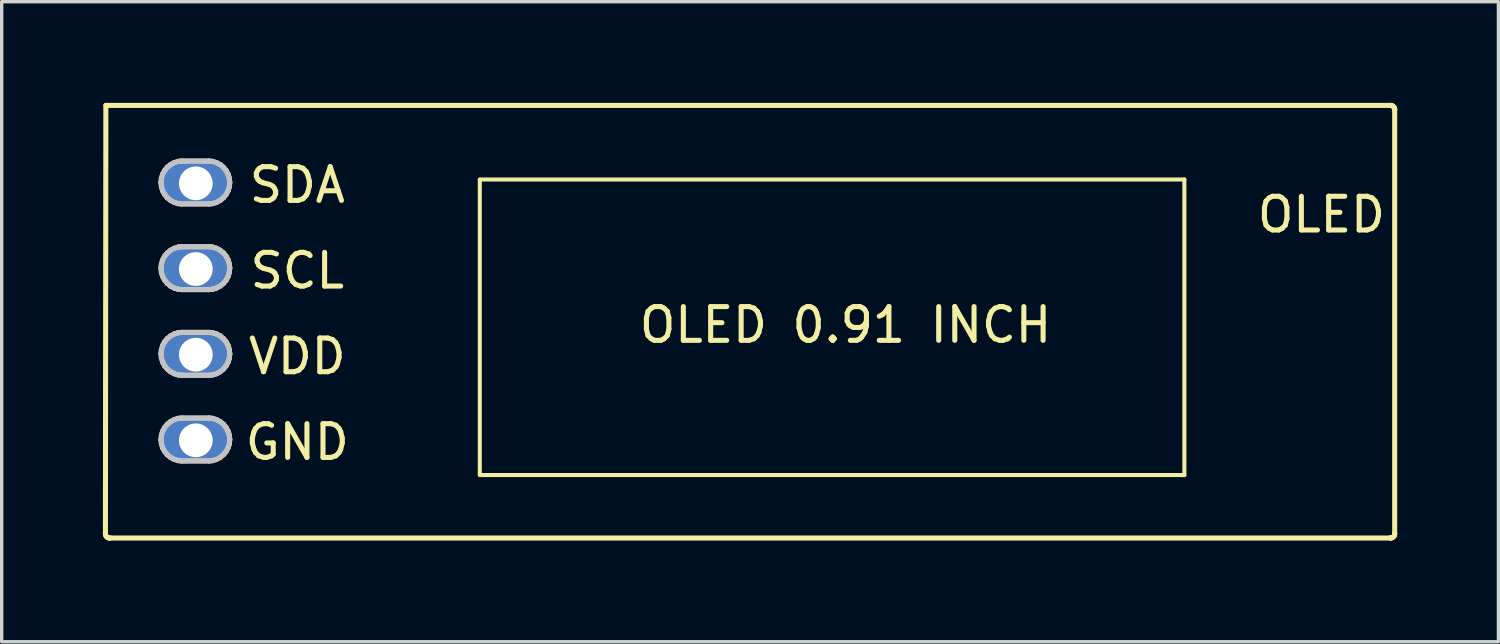
<source format=kicad_pcb>
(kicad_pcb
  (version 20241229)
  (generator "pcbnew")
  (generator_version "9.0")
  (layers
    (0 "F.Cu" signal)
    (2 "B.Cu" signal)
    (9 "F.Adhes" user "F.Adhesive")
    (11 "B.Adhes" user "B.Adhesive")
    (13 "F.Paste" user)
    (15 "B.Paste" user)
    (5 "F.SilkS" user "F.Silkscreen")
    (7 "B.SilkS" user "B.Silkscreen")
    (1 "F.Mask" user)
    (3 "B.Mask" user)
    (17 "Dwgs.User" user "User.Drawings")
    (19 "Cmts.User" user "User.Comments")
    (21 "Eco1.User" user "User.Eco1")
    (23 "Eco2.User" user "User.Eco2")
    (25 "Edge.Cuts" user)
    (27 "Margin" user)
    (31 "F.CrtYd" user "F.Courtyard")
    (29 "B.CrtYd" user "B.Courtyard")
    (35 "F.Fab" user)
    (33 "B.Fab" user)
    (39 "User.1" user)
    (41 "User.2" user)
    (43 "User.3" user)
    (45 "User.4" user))
  (footprint "OLED"
    (layer "F.Cu")
    (at 16.281 8.546)
    (property "Reference" "OLED" (at 19.85 -5.232 0) (layer "F.SilkS") (effects (font (size 1 1) (thickness 0.15))))
    (attr through_hole)
    (fp_line (start -16.206 4.229) (end -16.205 4.223) (stroke (width 0.15) (type solid)) (layer "F.SilkS"))
    (fp_line (start -16.205 4.223) (end -16.192 -8.471) (stroke (width 0.15) (type solid)) (layer "F.SilkS"))
    (fp_line (start -16.203 4.254) (end -16.206 4.229) (stroke (width 0.15) (type solid)) (layer "F.SilkS"))
    (fp_line (start -16.196 4.278) (end -16.203 4.254) (stroke (width 0.15) (type solid)) (layer "F.SilkS"))
    (fp_line (start -16.192 -8.471) (end 21.889 -8.471) (stroke (width 0.15) (type solid)) (layer "F.SilkS"))
    (fp_line (start -16.184 4.3) (end -16.196 4.278) (stroke (width 0.15) (type solid)) (layer "F.SilkS"))
    (fp_line (start -16.168 4.319) (end -16.184 4.3) (stroke (width 0.15) (type solid)) (layer "F.SilkS"))
    (fp_line (start -16.149 4.335) (end -16.168 4.319) (stroke (width 0.15) (type solid)) (layer "F.SilkS"))
    (fp_line (start -16.127 4.347) (end -16.149 4.335) (stroke (width 0.15) (type solid)) (layer "F.SilkS"))
    (fp_line (start -16.103 4.354) (end -16.127 4.347) (stroke (width 0.15) (type solid)) (layer "F.SilkS"))
    (fp_line (start -16.078 4.357) (end -16.103 4.354) (stroke (width 0.15) (type solid)) (layer "F.SilkS"))
    (fp_line (start -16.072 4.356) (end -16.078 4.357) (stroke (width 0.15) (type solid)) (layer "F.SilkS"))
    (fp_line (start -5.105 -6.267) (end -5.105 2.483) (stroke (width 0.12) (type solid)) (layer "F.SilkS"))
    (fp_line (start -5.105 2.489) (end 15.786 2.489) (stroke (width 0.12) (type solid)) (layer "F.SilkS"))
    (fp_line (start 15.786 -6.274) (end -5.105 -6.274) (stroke (width 0.12) (type solid)) (layer "F.SilkS"))
    (fp_line (start 15.786 2.489) (end 15.786 -6.274) (stroke (width 0.12) (type solid)) (layer "F.SilkS"))
    (fp_line (start 21.889 -8.471) (end 21.895 -8.472) (stroke (width 0.15) (type solid)) (layer "F.SilkS"))
    (fp_line (start 21.889 4.356) (end -16.072 4.356) (stroke (width 0.15) (type solid)) (layer "F.SilkS"))
    (fp_line (start 21.895 -8.472) (end 21.901 -8.471) (stroke (width 0.15) (type solid)) (layer "F.SilkS"))
    (fp_line (start 21.895 4.357) (end 21.889 4.356) (stroke (width 0.15) (type solid)) (layer "F.SilkS"))
    (fp_line (start 21.901 -8.471) (end 21.92 -8.469) (stroke (width 0.15) (type solid)) (layer "F.SilkS"))
    (fp_line (start 21.901 4.356) (end 21.895 4.357) (stroke (width 0.15) (type solid)) (layer "F.SilkS"))
    (fp_line (start 21.92 -8.469) (end 21.944 -8.462) (stroke (width 0.15) (type solid)) (layer "F.SilkS"))
    (fp_line (start 21.92 4.354) (end 21.901 4.356) (stroke (width 0.15) (type solid)) (layer "F.SilkS"))
    (fp_line (start 21.944 -8.462) (end 21.966 -8.45) (stroke (width 0.15) (type solid)) (layer "F.SilkS"))
    (fp_line (start 21.944 4.347) (end 21.92 4.354) (stroke (width 0.15) (type solid)) (layer "F.SilkS"))
    (fp_line (start 21.966 -8.45) (end 21.985 -8.434) (stroke (width 0.15) (type solid)) (layer "F.SilkS"))
    (fp_line (start 21.966 4.335) (end 21.944 4.347) (stroke (width 0.15) (type solid)) (layer "F.SilkS"))
    (fp_line (start 21.985 -8.434) (end 22.001 -8.415) (stroke (width 0.15) (type solid)) (layer "F.SilkS"))
    (fp_line (start 21.985 4.319) (end 21.966 4.335) (stroke (width 0.15) (type solid)) (layer "F.SilkS"))
    (fp_line (start 22.001 -8.415) (end 22.013 -8.393) (stroke (width 0.15) (type solid)) (layer "F.SilkS"))
    (fp_line (start 22.001 4.3) (end 21.985 4.319) (stroke (width 0.15) (type solid)) (layer "F.SilkS"))
    (fp_line (start 22.013 -8.393) (end 22.02 -8.369) (stroke (width 0.15) (type solid)) (layer "F.SilkS"))
    (fp_line (start 22.013 4.278) (end 22.001 4.3) (stroke (width 0.15) (type solid)) (layer "F.SilkS"))
    (fp_line (start 22.02 -8.369) (end 22.022 -8.344) (stroke (width 0.15) (type solid)) (layer "F.SilkS"))
    (fp_line (start 22.02 4.254) (end 22.013 4.278) (stroke (width 0.15) (type solid)) (layer "F.SilkS"))
    (fp_line (start 22.022 -8.338) (end 22.022 4.223) (stroke (width 0.15) (type solid)) (layer "F.SilkS"))
    (fp_line (start 22.022 4.223) (end 22.022 4.229) (stroke (width 0.15) (type solid)) (layer "F.SilkS"))
    (fp_line (start 22.022 -8.344) (end 22.022 -8.338) (stroke (width 0.15) (type solid)) (layer "F.SilkS"))
    (fp_line (start 22.022 4.229) (end 22.02 4.254) (stroke (width 0.15) (type solid)) (layer "F.SilkS"))
    (fp_line (start -14.557 -6.185) (end -14.545 -6.309) (stroke (width 0.15) (type solid)) (layer "Dwgs.User"))
    (fp_line (start -14.557 -6.185) (end -14.545 -6.309) (stroke (width 0.15) (type solid)) (layer "Dwgs.User"))
    (fp_line (start -14.557 -3.645) (end -14.545 -3.769) (stroke (width 0.15) (type solid)) (layer "Dwgs.User"))
    (fp_line (start -14.557 -3.645) (end -14.545 -3.769) (stroke (width 0.15) (type solid)) (layer "Dwgs.User"))
    (fp_line (start -14.557 -1.105) (end -14.545 -1.229) (stroke (width 0.15) (type solid)) (layer "Dwgs.User"))
    (fp_line (start -14.557 -1.105) (end -14.545 -1.229) (stroke (width 0.15) (type solid)) (layer "Dwgs.User"))
    (fp_line (start -14.557 1.435) (end -14.545 1.311) (stroke (width 0.15) (type solid)) (layer "Dwgs.User"))
    (fp_line (start -14.557 1.435) (end -14.545 1.311) (stroke (width 0.15) (type solid)) (layer "Dwgs.User"))
    (fp_line (start -14.545 -6.309) (end -14.509 -6.429) (stroke (width 0.15) (type solid)) (layer "Dwgs.User"))
    (fp_line (start -14.545 -6.309) (end -14.509 -6.429) (stroke (width 0.15) (type solid)) (layer "Dwgs.User"))
    (fp_line (start -14.545 -6.06) (end -14.557 -6.185) (stroke (width 0.15) (type solid)) (layer "Dwgs.User"))
    (fp_line (start -14.545 -6.06) (end -14.557 -6.185) (stroke (width 0.15) (type solid)) (layer "Dwgs.User"))
    (fp_line (start -14.545 -3.769) (end -14.509 -3.889) (stroke (width 0.15) (type solid)) (layer "Dwgs.User"))
    (fp_line (start -14.545 -3.769) (end -14.509 -3.889) (stroke (width 0.15) (type solid)) (layer "Dwgs.User"))
    (fp_line (start -14.545 -3.52) (end -14.557 -3.645) (stroke (width 0.15) (type solid)) (layer "Dwgs.User"))
    (fp_line (start -14.545 -3.52) (end -14.557 -3.645) (stroke (width 0.15) (type solid)) (layer "Dwgs.User"))
    (fp_line (start -14.545 -1.229) (end -14.509 -1.349) (stroke (width 0.15) (type solid)) (layer "Dwgs.User"))
    (fp_line (start -14.545 -1.229) (end -14.509 -1.349) (stroke (width 0.15) (type solid)) (layer "Dwgs.User"))
    (fp_line (start -14.545 -0.98) (end -14.557 -1.105) (stroke (width 0.15) (type solid)) (layer "Dwgs.User"))
    (fp_line (start -14.545 -0.98) (end -14.557 -1.105) (stroke (width 0.15) (type solid)) (layer "Dwgs.User"))
    (fp_line (start -14.545 1.311) (end -14.509 1.191) (stroke (width 0.15) (type solid)) (layer "Dwgs.User"))
    (fp_line (start -14.545 1.311) (end -14.509 1.191) (stroke (width 0.15) (type solid)) (layer "Dwgs.User"))
    (fp_line (start -14.545 1.56) (end -14.557 1.435) (stroke (width 0.15) (type solid)) (layer "Dwgs.User"))
    (fp_line (start -14.545 1.56) (end -14.557 1.435) (stroke (width 0.15) (type solid)) (layer "Dwgs.User"))
    (fp_line (start -14.509 -6.429) (end -14.45 -6.539) (stroke (width 0.15) (type solid)) (layer "Dwgs.User"))
    (fp_line (start -14.509 -6.429) (end -14.45 -6.539) (stroke (width 0.15) (type solid)) (layer "Dwgs.User"))
    (fp_line (start -14.509 -5.941) (end -14.545 -6.06) (stroke (width 0.15) (type solid)) (layer "Dwgs.User"))
    (fp_line (start -14.509 -5.941) (end -14.545 -6.06) (stroke (width 0.15) (type solid)) (layer "Dwgs.User"))
    (fp_line (start -14.509 -3.889) (end -14.45 -3.999) (stroke (width 0.15) (type solid)) (layer "Dwgs.User"))
    (fp_line (start -14.509 -3.889) (end -14.45 -3.999) (stroke (width 0.15) (type solid)) (layer "Dwgs.User"))
    (fp_line (start -14.509 -3.401) (end -14.545 -3.52) (stroke (width 0.15) (type solid)) (layer "Dwgs.User"))
    (fp_line (start -14.509 -3.401) (end -14.545 -3.52) (stroke (width 0.15) (type solid)) (layer "Dwgs.User"))
    (fp_line (start -14.509 -1.349) (end -14.45 -1.459) (stroke (width 0.15) (type solid)) (layer "Dwgs.User"))
    (fp_line (start -14.509 -1.349) (end -14.45 -1.459) (stroke (width 0.15) (type solid)) (layer "Dwgs.User"))
    (fp_line (start -14.509 -0.861) (end -14.545 -0.98) (stroke (width 0.15) (type solid)) (layer "Dwgs.User"))
    (fp_line (start -14.509 -0.861) (end -14.545 -0.98) (stroke (width 0.15) (type solid)) (layer "Dwgs.User"))
    (fp_line (start -14.509 1.191) (end -14.45 1.081) (stroke (width 0.15) (type solid)) (layer "Dwgs.User"))
    (fp_line (start -14.509 1.191) (end -14.45 1.081) (stroke (width 0.15) (type solid)) (layer "Dwgs.User"))
    (fp_line (start -14.509 1.679) (end -14.545 1.56) (stroke (width 0.15) (type solid)) (layer "Dwgs.User"))
    (fp_line (start -14.509 1.679) (end -14.545 1.56) (stroke (width 0.15) (type solid)) (layer "Dwgs.User"))
    (fp_line (start -14.45 -6.539) (end -14.37 -6.636) (stroke (width 0.15) (type solid)) (layer "Dwgs.User"))
    (fp_line (start -14.45 -6.539) (end -14.37 -6.636) (stroke (width 0.15) (type solid)) (layer "Dwgs.User"))
    (fp_line (start -14.45 -5.83) (end -14.509 -5.941) (stroke (width 0.15) (type solid)) (layer "Dwgs.User"))
    (fp_line (start -14.45 -5.83) (end -14.509 -5.941) (stroke (width 0.15) (type solid)) (layer "Dwgs.User"))
    (fp_line (start -14.45 -3.999) (end -14.37 -4.096) (stroke (width 0.15) (type solid)) (layer "Dwgs.User"))
    (fp_line (start -14.45 -3.999) (end -14.37 -4.096) (stroke (width 0.15) (type solid)) (layer "Dwgs.User"))
    (fp_line (start -14.45 -3.29) (end -14.509 -3.401) (stroke (width 0.15) (type solid)) (layer "Dwgs.User"))
    (fp_line (start -14.45 -3.29) (end -14.509 -3.401) (stroke (width 0.15) (type solid)) (layer "Dwgs.User"))
    (fp_line (start -14.45 -1.459) (end -14.37 -1.556) (stroke (width 0.15) (type solid)) (layer "Dwgs.User"))
    (fp_line (start -14.45 -1.459) (end -14.37 -1.556) (stroke (width 0.15) (type solid)) (layer "Dwgs.User"))
    (fp_line (start -14.45 -0.75) (end -14.509 -0.861) (stroke (width 0.15) (type solid)) (layer "Dwgs.User"))
    (fp_line (start -14.45 -0.75) (end -14.509 -0.861) (stroke (width 0.15) (type solid)) (layer "Dwgs.User"))
    (fp_line (start -14.45 1.081) (end -14.37 0.984) (stroke (width 0.15) (type solid)) (layer "Dwgs.User"))
    (fp_line (start -14.45 1.081) (end -14.37 0.984) (stroke (width 0.15) (type solid)) (layer "Dwgs.User"))
    (fp_line (start -14.45 1.79) (end -14.509 1.679) (stroke (width 0.15) (type solid)) (layer "Dwgs.User"))
    (fp_line (start -14.45 1.79) (end -14.509 1.679) (stroke (width 0.15) (type solid)) (layer "Dwgs.User"))
    (fp_line (start -14.37 -6.636) (end -14.274 -6.715) (stroke (width 0.15) (type solid)) (layer "Dwgs.User"))
    (fp_line (start -14.37 -6.636) (end -14.274 -6.715) (stroke (width 0.15) (type solid)) (layer "Dwgs.User"))
    (fp_line (start -14.37 -5.734) (end -14.45 -5.83) (stroke (width 0.15) (type solid)) (layer "Dwgs.User"))
    (fp_line (start -14.37 -5.734) (end -14.45 -5.83) (stroke (width 0.15) (type solid)) (layer "Dwgs.User"))
    (fp_line (start -14.37 -4.096) (end -14.274 -4.175) (stroke (width 0.15) (type solid)) (layer "Dwgs.User"))
    (fp_line (start -14.37 -4.096) (end -14.274 -4.175) (stroke (width 0.15) (type solid)) (layer "Dwgs.User"))
    (fp_line (start -14.37 -3.194) (end -14.45 -3.29) (stroke (width 0.15) (type solid)) (layer "Dwgs.User"))
    (fp_line (start -14.37 -3.194) (end -14.45 -3.29) (stroke (width 0.15) (type solid)) (layer "Dwgs.User"))
    (fp_line (start -14.37 -1.556) (end -14.274 -1.635) (stroke (width 0.15) (type solid)) (layer "Dwgs.User"))
    (fp_line (start -14.37 -1.556) (end -14.274 -1.635) (stroke (width 0.15) (type solid)) (layer "Dwgs.User"))
    (fp_line (start -14.37 -0.654) (end -14.45 -0.75) (stroke (width 0.15) (type solid)) (layer "Dwgs.User"))
    (fp_line (start -14.37 -0.654) (end -14.45 -0.75) (stroke (width 0.15) (type solid)) (layer "Dwgs.User"))
    (fp_line (start -14.37 0.984) (end -14.274 0.905) (stroke (width 0.15) (type solid)) (layer "Dwgs.User"))
    (fp_line (start -14.37 0.984) (end -14.274 0.905) (stroke (width 0.15) (type solid)) (layer "Dwgs.User"))
    (fp_line (start -14.37 1.886) (end -14.45 1.79) (stroke (width 0.15) (type solid)) (layer "Dwgs.User"))
    (fp_line (start -14.37 1.886) (end -14.45 1.79) (stroke (width 0.15) (type solid)) (layer "Dwgs.User"))
    (fp_line (start -14.274 -6.715) (end -14.163 -6.774) (stroke (width 0.15) (type solid)) (layer "Dwgs.User"))
    (fp_line (start -14.274 -6.715) (end -14.163 -6.774) (stroke (width 0.15) (type solid)) (layer "Dwgs.User"))
    (fp_line (start -14.274 -5.654) (end -14.37 -5.734) (stroke (width 0.15) (type solid)) (layer "Dwgs.User"))
    (fp_line (start -14.274 -5.654) (end -14.37 -5.734) (stroke (width 0.15) (type solid)) (layer "Dwgs.User"))
    (fp_line (start -14.274 -4.175) (end -14.163 -4.234) (stroke (width 0.15) (type solid)) (layer "Dwgs.User"))
    (fp_line (start -14.274 -4.175) (end -14.163 -4.234) (stroke (width 0.15) (type solid)) (layer "Dwgs.User"))
    (fp_line (start -14.274 -3.114) (end -14.37 -3.194) (stroke (width 0.15) (type solid)) (layer "Dwgs.User"))
    (fp_line (start -14.274 -3.114) (end -14.37 -3.194) (stroke (width 0.15) (type solid)) (layer "Dwgs.User"))
    (fp_line (start -14.274 -1.635) (end -14.163 -1.694) (stroke (width 0.15) (type solid)) (layer "Dwgs.User"))
    (fp_line (start -14.274 -1.635) (end -14.163 -1.694) (stroke (width 0.15) (type solid)) (layer "Dwgs.User"))
    (fp_line (start -14.274 -0.574) (end -14.37 -0.654) (stroke (width 0.15) (type solid)) (layer "Dwgs.User"))
    (fp_line (start -14.274 -0.574) (end -14.37 -0.654) (stroke (width 0.15) (type solid)) (layer "Dwgs.User"))
    (fp_line (start -14.274 0.905) (end -14.163 0.846) (stroke (width 0.15) (type solid)) (layer "Dwgs.User"))
    (fp_line (start -14.274 0.905) (end -14.163 0.846) (stroke (width 0.15) (type solid)) (layer "Dwgs.User"))
    (fp_line (start -14.274 1.966) (end -14.37 1.886) (stroke (width 0.15) (type solid)) (layer "Dwgs.User"))
    (fp_line (start -14.274 1.966) (end -14.37 1.886) (stroke (width 0.15) (type solid)) (layer "Dwgs.User"))
    (fp_line (start -14.163 -6.774) (end -14.044 -6.811) (stroke (width 0.15) (type solid)) (layer "Dwgs.User"))
    (fp_line (start -14.163 -6.774) (end -14.044 -6.811) (stroke (width 0.15) (type solid)) (layer "Dwgs.User"))
    (fp_line (start -14.163 -5.595) (end -14.274 -5.654) (stroke (width 0.15) (type solid)) (layer "Dwgs.User"))
    (fp_line (start -14.163 -5.595) (end -14.274 -5.654) (stroke (width 0.15) (type solid)) (layer "Dwgs.User"))
    (fp_line (start -14.163 -4.234) (end -14.044 -4.271) (stroke (width 0.15) (type solid)) (layer "Dwgs.User"))
    (fp_line (start -14.163 -4.234) (end -14.044 -4.271) (stroke (width 0.15) (type solid)) (layer "Dwgs.User"))
    (fp_line (start -14.163 -3.055) (end -14.274 -3.114) (stroke (width 0.15) (type solid)) (layer "Dwgs.User"))
    (fp_line (start -14.163 -3.055) (end -14.274 -3.114) (stroke (width 0.15) (type solid)) (layer "Dwgs.User"))
    (fp_line (start -14.163 -1.694) (end -14.044 -1.731) (stroke (width 0.15) (type solid)) (layer "Dwgs.User"))
    (fp_line (start -14.163 -1.694) (end -14.044 -1.731) (stroke (width 0.15) (type solid)) (layer "Dwgs.User"))
    (fp_line (start -14.163 -0.515) (end -14.274 -0.574) (stroke (width 0.15) (type solid)) (layer "Dwgs.User"))
    (fp_line (start -14.163 -0.515) (end -14.274 -0.574) (stroke (width 0.15) (type solid)) (layer "Dwgs.User"))
    (fp_line (start -14.163 0.846) (end -14.044 0.809) (stroke (width 0.15) (type solid)) (layer "Dwgs.User"))
    (fp_line (start -14.163 0.846) (end -14.044 0.809) (stroke (width 0.15) (type solid)) (layer "Dwgs.User"))
    (fp_line (start -14.163 2.025) (end -14.274 1.966) (stroke (width 0.15) (type solid)) (layer "Dwgs.User"))
    (fp_line (start -14.163 2.025) (end -14.274 1.966) (stroke (width 0.15) (type solid)) (layer "Dwgs.User"))
    (fp_line (start -14.044 -6.811) (end -13.95 -6.82) (stroke (width 0.15) (type solid)) (layer "Dwgs.User"))
    (fp_line (start -14.044 -6.811) (end -13.95 -6.82) (stroke (width 0.15) (type solid)) (layer "Dwgs.User"))
    (fp_line (start -14.044 -5.559) (end -14.163 -5.595) (stroke (width 0.15) (type solid)) (layer "Dwgs.User"))
    (fp_line (start -14.044 -5.559) (end -14.163 -5.595) (stroke (width 0.15) (type solid)) (layer "Dwgs.User"))
    (fp_line (start -14.044 -4.271) (end -13.95 -4.28) (stroke (width 0.15) (type solid)) (layer "Dwgs.User"))
    (fp_line (start -14.044 -4.271) (end -13.95 -4.28) (stroke (width 0.15) (type solid)) (layer "Dwgs.User"))
    (fp_line (start -14.044 -3.019) (end -14.163 -3.055) (stroke (width 0.15) (type solid)) (layer "Dwgs.User"))
    (fp_line (start -14.044 -3.019) (end -14.163 -3.055) (stroke (width 0.15) (type solid)) (layer "Dwgs.User"))
    (fp_line (start -14.044 -1.731) (end -13.95 -1.74) (stroke (width 0.15) (type solid)) (layer "Dwgs.User"))
    (fp_line (start -14.044 -1.731) (end -13.95 -1.74) (stroke (width 0.15) (type solid)) (layer "Dwgs.User"))
    (fp_line (start -14.044 -0.479) (end -14.163 -0.515) (stroke (width 0.15) (type solid)) (layer "Dwgs.User"))
    (fp_line (start -14.044 -0.479) (end -14.163 -0.515) (stroke (width 0.15) (type solid)) (layer "Dwgs.User"))
    (fp_line (start -14.044 0.809) (end -13.95 0.8) (stroke (width 0.15) (type solid)) (layer "Dwgs.User"))
    (fp_line (start -14.044 0.809) (end -13.95 0.8) (stroke (width 0.15) (type solid)) (layer "Dwgs.User"))
    (fp_line (start -14.044 2.061) (end -14.163 2.025) (stroke (width 0.15) (type solid)) (layer "Dwgs.User"))
    (fp_line (start -14.044 2.061) (end -14.163 2.025) (stroke (width 0.15) (type solid)) (layer "Dwgs.User"))
    (fp_line (start -13.95 -6.82) (end -13.126 -6.82) (stroke (width 0.15) (type solid)) (layer "Dwgs.User"))
    (fp_line (start -13.95 -6.82) (end -13.126 -6.82) (stroke (width 0.15) (type solid)) (layer "Dwgs.User"))
    (fp_line (start -13.95 -5.55) (end -14.044 -5.559) (stroke (width 0.15) (type solid)) (layer "Dwgs.User"))
    (fp_line (start -13.95 -5.55) (end -14.044 -5.559) (stroke (width 0.15) (type solid)) (layer "Dwgs.User"))
    (fp_line (start -13.95 -4.28) (end -13.126 -4.28) (stroke (width 0.15) (type solid)) (layer "Dwgs.User"))
    (fp_line (start -13.95 -4.28) (end -13.126 -4.28) (stroke (width 0.15) (type solid)) (layer "Dwgs.User"))
    (fp_line (start -13.95 -3.01) (end -14.044 -3.019) (stroke (width 0.15) (type solid)) (layer "Dwgs.User"))
    (fp_line (start -13.95 -3.01) (end -14.044 -3.019) (stroke (width 0.15) (type solid)) (layer "Dwgs.User"))
    (fp_line (start -13.95 -1.74) (end -13.126 -1.74) (stroke (width 0.15) (type solid)) (layer "Dwgs.User"))
    (fp_line (start -13.95 -1.74) (end -13.126 -1.74) (stroke (width 0.15) (type solid)) (layer "Dwgs.User"))
    (fp_line (start -13.95 -0.47) (end -14.044 -0.479) (stroke (width 0.15) (type solid)) (layer "Dwgs.User"))
    (fp_line (start -13.95 -0.47) (end -14.044 -0.479) (stroke (width 0.15) (type solid)) (layer "Dwgs.User"))
    (fp_line (start -13.95 0.8) (end -13.126 0.8) (stroke (width 0.15) (type solid)) (layer "Dwgs.User"))
    (fp_line (start -13.95 0.8) (end -13.126 0.8) (stroke (width 0.15) (type solid)) (layer "Dwgs.User"))
    (fp_line (start -13.95 2.07) (end -14.044 2.061) (stroke (width 0.15) (type solid)) (layer "Dwgs.User"))
    (fp_line (start -13.95 2.07) (end -14.044 2.061) (stroke (width 0.15) (type solid)) (layer "Dwgs.User"))
    (fp_line (start -13.126 -6.82) (end -13.033 -6.811) (stroke (width 0.15) (type solid)) (layer "Dwgs.User"))
    (fp_line (start -13.126 -6.82) (end -13.033 -6.811) (stroke (width 0.15) (type solid)) (layer "Dwgs.User"))
    (fp_line (start -13.126 -5.55) (end -13.95 -5.55) (stroke (width 0.15) (type solid)) (layer "Dwgs.User"))
    (fp_line (start -13.126 -5.55) (end -13.95 -5.55) (stroke (width 0.15) (type solid)) (layer "Dwgs.User"))
    (fp_line (start -13.126 -4.28) (end -13.033 -4.271) (stroke (width 0.15) (type solid)) (layer "Dwgs.User"))
    (fp_line (start -13.126 -4.28) (end -13.033 -4.271) (stroke (width 0.15) (type solid)) (layer "Dwgs.User"))
    (fp_line (start -13.126 -3.01) (end -13.95 -3.01) (stroke (width 0.15) (type solid)) (layer "Dwgs.User"))
    (fp_line (start -13.126 -3.01) (end -13.95 -3.01) (stroke (width 0.15) (type solid)) (layer "Dwgs.User"))
    (fp_line (start -13.126 -1.74) (end -13.033 -1.731) (stroke (width 0.15) (type solid)) (layer "Dwgs.User"))
    (fp_line (start -13.126 -1.74) (end -13.033 -1.731) (stroke (width 0.15) (type solid)) (layer "Dwgs.User"))
    (fp_line (start -13.126 -0.47) (end -13.95 -0.47) (stroke (width 0.15) (type solid)) (layer "Dwgs.User"))
    (fp_line (start -13.126 -0.47) (end -13.95 -0.47) (stroke (width 0.15) (type solid)) (layer "Dwgs.User"))
    (fp_line (start -13.126 0.8) (end -13.033 0.809) (stroke (width 0.15) (type solid)) (layer "Dwgs.User"))
    (fp_line (start -13.126 0.8) (end -13.033 0.809) (stroke (width 0.15) (type solid)) (layer "Dwgs.User"))
    (fp_line (start -13.126 2.07) (end -13.95 2.07) (stroke (width 0.15) (type solid)) (layer "Dwgs.User"))
    (fp_line (start -13.126 2.07) (end -13.95 2.07) (stroke (width 0.15) (type solid)) (layer "Dwgs.User"))
    (fp_line (start -13.033 -6.811) (end -12.913 -6.774) (stroke (width 0.15) (type solid)) (layer "Dwgs.User"))
    (fp_line (start -13.033 -6.811) (end -12.913 -6.774) (stroke (width 0.15) (type solid)) (layer "Dwgs.User"))
    (fp_line (start -13.033 -5.559) (end -13.126 -5.55) (stroke (width 0.15) (type solid)) (layer "Dwgs.User"))
    (fp_line (start -13.033 -5.559) (end -13.126 -5.55) (stroke (width 0.15) (type solid)) (layer "Dwgs.User"))
    (fp_line (start -13.033 -4.271) (end -12.913 -4.234) (stroke (width 0.15) (type solid)) (layer "Dwgs.User"))
    (fp_line (start -13.033 -4.271) (end -12.913 -4.234) (stroke (width 0.15) (type solid)) (layer "Dwgs.User"))
    (fp_line (start -13.033 -3.019) (end -13.126 -3.01) (stroke (width 0.15) (type solid)) (layer "Dwgs.User"))
    (fp_line (start -13.033 -3.019) (end -13.126 -3.01) (stroke (width 0.15) (type solid)) (layer "Dwgs.User"))
    (fp_line (start -13.033 -1.731) (end -12.913 -1.694) (stroke (width 0.15) (type solid)) (layer "Dwgs.User"))
    (fp_line (start -13.033 -1.731) (end -12.913 -1.694) (stroke (width 0.15) (type solid)) (layer "Dwgs.User"))
    (fp_line (start -13.033 -0.479) (end -13.126 -0.47) (stroke (width 0.15) (type solid)) (layer "Dwgs.User"))
    (fp_line (start -13.033 -0.479) (end -13.126 -0.47) (stroke (width 0.15) (type solid)) (layer "Dwgs.User"))
    (fp_line (start -13.033 0.809) (end -12.913 0.846) (stroke (width 0.15) (type solid)) (layer "Dwgs.User"))
    (fp_line (start -13.033 0.809) (end -12.913 0.846) (stroke (width 0.15) (type solid)) (layer "Dwgs.User"))
    (fp_line (start -13.033 2.061) (end -13.126 2.07) (stroke (width 0.15) (type solid)) (layer "Dwgs.User"))
    (fp_line (start -13.033 2.061) (end -13.126 2.07) (stroke (width 0.15) (type solid)) (layer "Dwgs.User"))
    (fp_line (start -12.913 -6.774) (end -12.803 -6.715) (stroke (width 0.15) (type solid)) (layer "Dwgs.User"))
    (fp_line (start -12.913 -6.774) (end -12.803 -6.715) (stroke (width 0.15) (type solid)) (layer "Dwgs.User"))
    (fp_line (start -12.913 -5.595) (end -13.033 -5.559) (stroke (width 0.15) (type solid)) (layer "Dwgs.User"))
    (fp_line (start -12.913 -5.595) (end -13.033 -5.559) (stroke (width 0.15) (type solid)) (layer "Dwgs.User"))
    (fp_line (start -12.913 -4.234) (end -12.803 -4.175) (stroke (width 0.15) (type solid)) (layer "Dwgs.User"))
    (fp_line (start -12.913 -4.234) (end -12.803 -4.175) (stroke (width 0.15) (type solid)) (layer "Dwgs.User"))
    (fp_line (start -12.913 -3.055) (end -13.033 -3.019) (stroke (width 0.15) (type solid)) (layer "Dwgs.User"))
    (fp_line (start -12.913 -3.055) (end -13.033 -3.019) (stroke (width 0.15) (type solid)) (layer "Dwgs.User"))
    (fp_line (start -12.913 -1.694) (end -12.803 -1.635) (stroke (width 0.15) (type solid)) (layer "Dwgs.User"))
    (fp_line (start -12.913 -1.694) (end -12.803 -1.635) (stroke (width 0.15) (type solid)) (layer "Dwgs.User"))
    (fp_line (start -12.913 -0.515) (end -13.033 -0.479) (stroke (width 0.15) (type solid)) (layer "Dwgs.User"))
    (fp_line (start -12.913 -0.515) (end -13.033 -0.479) (stroke (width 0.15) (type solid)) (layer "Dwgs.User"))
    (fp_line (start -12.913 0.846) (end -12.803 0.905) (stroke (width 0.15) (type solid)) (layer "Dwgs.User"))
    (fp_line (start -12.913 0.846) (end -12.803 0.905) (stroke (width 0.15) (type solid)) (layer "Dwgs.User"))
    (fp_line (start -12.913 2.025) (end -13.033 2.061) (stroke (width 0.15) (type solid)) (layer "Dwgs.User"))
    (fp_line (start -12.913 2.025) (end -13.033 2.061) (stroke (width 0.15) (type solid)) (layer "Dwgs.User"))
    (fp_line (start -12.803 -6.715) (end -12.706 -6.636) (stroke (width 0.15) (type solid)) (layer "Dwgs.User"))
    (fp_line (start -12.803 -6.715) (end -12.706 -6.636) (stroke (width 0.15) (type solid)) (layer "Dwgs.User"))
    (fp_line (start -12.803 -5.654) (end -12.913 -5.595) (stroke (width 0.15) (type solid)) (layer "Dwgs.User"))
    (fp_line (start -12.803 -5.654) (end -12.913 -5.595) (stroke (width 0.15) (type solid)) (layer "Dwgs.User"))
    (fp_line (start -12.803 -4.175) (end -12.706 -4.096) (stroke (width 0.15) (type solid)) (layer "Dwgs.User"))
    (fp_line (start -12.803 -4.175) (end -12.706 -4.096) (stroke (width 0.15) (type solid)) (layer "Dwgs.User"))
    (fp_line (start -12.803 -3.114) (end -12.913 -3.055) (stroke (width 0.15) (type solid)) (layer "Dwgs.User"))
    (fp_line (start -12.803 -3.114) (end -12.913 -3.055) (stroke (width 0.15) (type solid)) (layer "Dwgs.User"))
    (fp_line (start -12.803 -1.635) (end -12.706 -1.556) (stroke (width 0.15) (type solid)) (layer "Dwgs.User"))
    (fp_line (start -12.803 -1.635) (end -12.706 -1.556) (stroke (width 0.15) (type solid)) (layer "Dwgs.User"))
    (fp_line (start -12.803 -0.574) (end -12.913 -0.515) (stroke (width 0.15) (type solid)) (layer "Dwgs.User"))
    (fp_line (start -12.803 -0.574) (end -12.913 -0.515) (stroke (width 0.15) (type solid)) (layer "Dwgs.User"))
    (fp_line (start -12.803 0.905) (end -12.706 0.984) (stroke (width 0.15) (type solid)) (layer "Dwgs.User"))
    (fp_line (start -12.803 0.905) (end -12.706 0.984) (stroke (width 0.15) (type solid)) (layer "Dwgs.User"))
    (fp_line (start -12.803 1.966) (end -12.913 2.025) (stroke (width 0.15) (type solid)) (layer "Dwgs.User"))
    (fp_line (start -12.803 1.966) (end -12.913 2.025) (stroke (width 0.15) (type solid)) (layer "Dwgs.User"))
    (fp_line (start -12.706 -6.636) (end -12.627 -6.539) (stroke (width 0.15) (type solid)) (layer "Dwgs.User"))
    (fp_line (start -12.706 -6.636) (end -12.627 -6.539) (stroke (width 0.15) (type solid)) (layer "Dwgs.User"))
    (fp_line (start -12.706 -5.734) (end -12.803 -5.654) (stroke (width 0.15) (type solid)) (layer "Dwgs.User"))
    (fp_line (start -12.706 -5.734) (end -12.803 -5.654) (stroke (width 0.15) (type solid)) (layer "Dwgs.User"))
    (fp_line (start -12.706 -4.096) (end -12.627 -3.999) (stroke (width 0.15) (type solid)) (layer "Dwgs.User"))
    (fp_line (start -12.706 -4.096) (end -12.627 -3.999) (stroke (width 0.15) (type solid)) (layer "Dwgs.User"))
    (fp_line (start -12.706 -3.194) (end -12.803 -3.114) (stroke (width 0.15) (type solid)) (layer "Dwgs.User"))
    (fp_line (start -12.706 -3.194) (end -12.803 -3.114) (stroke (width 0.15) (type solid)) (layer "Dwgs.User"))
    (fp_line (start -12.706 -1.556) (end -12.627 -1.459) (stroke (width 0.15) (type solid)) (layer "Dwgs.User"))
    (fp_line (start -12.706 -1.556) (end -12.627 -1.459) (stroke (width 0.15) (type solid)) (layer "Dwgs.User"))
    (fp_line (start -12.706 -0.654) (end -12.803 -0.574) (stroke (width 0.15) (type solid)) (layer "Dwgs.User"))
    (fp_line (start -12.706 -0.654) (end -12.803 -0.574) (stroke (width 0.15) (type solid)) (layer "Dwgs.User"))
    (fp_line (start -12.706 0.984) (end -12.627 1.081) (stroke (width 0.15) (type solid)) (layer "Dwgs.User"))
    (fp_line (start -12.706 0.984) (end -12.627 1.081) (stroke (width 0.15) (type solid)) (layer "Dwgs.User"))
    (fp_line (start -12.706 1.886) (end -12.803 1.966) (stroke (width 0.15) (type solid)) (layer "Dwgs.User"))
    (fp_line (start -12.706 1.886) (end -12.803 1.966) (stroke (width 0.15) (type solid)) (layer "Dwgs.User"))
    (fp_line (start -12.627 -6.539) (end -12.568 -6.429) (stroke (width 0.15) (type solid)) (layer "Dwgs.User"))
    (fp_line (start -12.627 -6.539) (end -12.568 -6.429) (stroke (width 0.15) (type solid)) (layer "Dwgs.User"))
    (fp_line (start -12.627 -5.83) (end -12.706 -5.734) (stroke (width 0.15) (type solid)) (layer "Dwgs.User"))
    (fp_line (start -12.627 -5.83) (end -12.706 -5.734) (stroke (width 0.15) (type solid)) (layer "Dwgs.User"))
    (fp_line (start -12.627 -3.999) (end -12.568 -3.889) (stroke (width 0.15) (type solid)) (layer "Dwgs.User"))
    (fp_line (start -12.627 -3.999) (end -12.568 -3.889) (stroke (width 0.15) (type solid)) (layer "Dwgs.User"))
    (fp_line (start -12.627 -3.29) (end -12.706 -3.194) (stroke (width 0.15) (type solid)) (layer "Dwgs.User"))
    (fp_line (start -12.627 -3.29) (end -12.706 -3.194) (stroke (width 0.15) (type solid)) (layer "Dwgs.User"))
    (fp_line (start -12.627 -1.459) (end -12.568 -1.349) (stroke (width 0.15) (type solid)) (layer "Dwgs.User"))
    (fp_line (start -12.627 -1.459) (end -12.568 -1.349) (stroke (width 0.15) (type solid)) (layer "Dwgs.User"))
    (fp_line (start -12.627 -0.75) (end -12.706 -0.654) (stroke (width 0.15) (type solid)) (layer "Dwgs.User"))
    (fp_line (start -12.627 -0.75) (end -12.706 -0.654) (stroke (width 0.15) (type solid)) (layer "Dwgs.User"))
    (fp_line (start -12.627 1.081) (end -12.568 1.191) (stroke (width 0.15) (type solid)) (layer "Dwgs.User"))
    (fp_line (start -12.627 1.081) (end -12.568 1.191) (stroke (width 0.15) (type solid)) (layer "Dwgs.User"))
    (fp_line (start -12.627 1.79) (end -12.706 1.886) (stroke (width 0.15) (type solid)) (layer "Dwgs.User"))
    (fp_line (start -12.627 1.79) (end -12.706 1.886) (stroke (width 0.15) (type solid)) (layer "Dwgs.User"))
    (fp_line (start -12.568 -6.429) (end -12.531 -6.309) (stroke (width 0.15) (type solid)) (layer "Dwgs.User"))
    (fp_line (start -12.568 -6.429) (end -12.531 -6.309) (stroke (width 0.15) (type solid)) (layer "Dwgs.User"))
    (fp_line (start -12.568 -5.941) (end -12.627 -5.83) (stroke (width 0.15) (type solid)) (layer "Dwgs.User"))
    (fp_line (start -12.568 -5.941) (end -12.627 -5.83) (stroke (width 0.15) (type solid)) (layer "Dwgs.User"))
    (fp_line (start -12.568 -3.889) (end -12.531 -3.769) (stroke (width 0.15) (type solid)) (layer "Dwgs.User"))
    (fp_line (start -12.568 -3.889) (end -12.531 -3.769) (stroke (width 0.15) (type solid)) (layer "Dwgs.User"))
    (fp_line (start -12.568 -3.401) (end -12.627 -3.29) (stroke (width 0.15) (type solid)) (layer "Dwgs.User"))
    (fp_line (start -12.568 -3.401) (end -12.627 -3.29) (stroke (width 0.15) (type solid)) (layer "Dwgs.User"))
    (fp_line (start -12.568 -1.349) (end -12.531 -1.229) (stroke (width 0.15) (type solid)) (layer "Dwgs.User"))
    (fp_line (start -12.568 -1.349) (end -12.531 -1.229) (stroke (width 0.15) (type solid)) (layer "Dwgs.User"))
    (fp_line (start -12.568 -0.861) (end -12.627 -0.75) (stroke (width 0.15) (type solid)) (layer "Dwgs.User"))
    (fp_line (start -12.568 -0.861) (end -12.627 -0.75) (stroke (width 0.15) (type solid)) (layer "Dwgs.User"))
    (fp_line (start -12.568 1.191) (end -12.531 1.311) (stroke (width 0.15) (type solid)) (layer "Dwgs.User"))
    (fp_line (start -12.568 1.191) (end -12.531 1.311) (stroke (width 0.15) (type solid)) (layer "Dwgs.User"))
    (fp_line (start -12.568 1.679) (end -12.627 1.79) (stroke (width 0.15) (type solid)) (layer "Dwgs.User"))
    (fp_line (start -12.568 1.679) (end -12.627 1.79) (stroke (width 0.15) (type solid)) (layer "Dwgs.User"))
    (fp_line (start -12.531 -6.309) (end -12.519 -6.185) (stroke (width 0.15) (type solid)) (layer "Dwgs.User"))
    (fp_line (start -12.531 -6.309) (end -12.519 -6.185) (stroke (width 0.15) (type solid)) (layer "Dwgs.User"))
    (fp_line (start -12.531 -6.06) (end -12.568 -5.941) (stroke (width 0.15) (type solid)) (layer "Dwgs.User"))
    (fp_line (start -12.531 -6.06) (end -12.568 -5.941) (stroke (width 0.15) (type solid)) (layer "Dwgs.User"))
    (fp_line (start -12.531 -3.769) (end -12.519 -3.645) (stroke (width 0.15) (type solid)) (layer "Dwgs.User"))
    (fp_line (start -12.531 -3.769) (end -12.519 -3.645) (stroke (width 0.15) (type solid)) (layer "Dwgs.User"))
    (fp_line (start -12.531 -3.52) (end -12.568 -3.401) (stroke (width 0.15) (type solid)) (layer "Dwgs.User"))
    (fp_line (start -12.531 -3.52) (end -12.568 -3.401) (stroke (width 0.15) (type solid)) (layer "Dwgs.User"))
    (fp_line (start -12.531 -1.229) (end -12.519 -1.105) (stroke (width 0.15) (type solid)) (layer "Dwgs.User"))
    (fp_line (start -12.531 -1.229) (end -12.519 -1.105) (stroke (width 0.15) (type solid)) (layer "Dwgs.User"))
    (fp_line (start -12.531 -0.98) (end -12.568 -0.861) (stroke (width 0.15) (type solid)) (layer "Dwgs.User"))
    (fp_line (start -12.531 -0.98) (end -12.568 -0.861) (stroke (width 0.15) (type solid)) (layer "Dwgs.User"))
    (fp_line (start -12.531 1.311) (end -12.519 1.435) (stroke (width 0.15) (type solid)) (layer "Dwgs.User"))
    (fp_line (start -12.531 1.311) (end -12.519 1.435) (stroke (width 0.15) (type solid)) (layer "Dwgs.User"))
    (fp_line (start -12.531 1.56) (end -12.568 1.679) (stroke (width 0.15) (type solid)) (layer "Dwgs.User"))
    (fp_line (start -12.531 1.56) (end -12.568 1.679) (stroke (width 0.15) (type solid)) (layer "Dwgs.User"))
    (fp_line (start -12.519 -6.185) (end -12.531 -6.06) (stroke (width 0.15) (type solid)) (layer "Dwgs.User"))
    (fp_line (start -12.519 -6.185) (end -12.531 -6.06) (stroke (width 0.15) (type solid)) (layer "Dwgs.User"))
    (fp_line (start -12.519 -3.645) (end -12.531 -3.52) (stroke (width 0.15) (type solid)) (layer "Dwgs.User"))
    (fp_line (start -12.519 -3.645) (end -12.531 -3.52) (stroke (width 0.15) (type solid)) (layer "Dwgs.User"))
    (fp_line (start -12.519 -1.105) (end -12.531 -0.98) (stroke (width 0.15) (type solid)) (layer "Dwgs.User"))
    (fp_line (start -12.519 -1.105) (end -12.531 -0.98) (stroke (width 0.15) (type solid)) (layer "Dwgs.User"))
    (fp_line (start -12.519 1.435) (end -12.531 1.56) (stroke (width 0.15) (type solid)) (layer "Dwgs.User"))
    (fp_line (start -12.519 1.435) (end -12.531 1.56) (stroke (width 0.15) (type solid)) (layer "Dwgs.User"))
    (fp_text user "VDD" (at -10.516 -1.029 0) (layer "F.SilkS") (effects (font (size 1 1) (thickness 0.15))))
    (fp_text user "SCL" (at -10.516 -3.569 0) (layer "F.SilkS") (effects (font (size 1 1) (thickness 0.15))))
    (fp_text user "GND" (at -10.516 1.511 0) (layer "F.SilkS") (effects (font (size 1 1) (thickness 0.15))))
    (fp_text user "OLED 0.91 INCH" (at 5.74 -1.96 0) (layer "F.SilkS") (effects (font (size 1 1) (thickness 0.15))))
    (fp_text user "SDA" (at -10.516 -6.109 0) (layer "F.SilkS") (effects (font (size 1 1) (thickness 0.15))))
    (pad "1" thru_hole oval (at -13.525 1.46) (size 2.032 1.27) (drill 1) (layers "*.Cu" "*.Mask"))
    (pad "2" thru_hole oval (at -13.525 -1.079) (size 2.032 1.27) (drill 1) (layers "*.Cu" "*.Mask"))
    (pad "3" thru_hole oval (at -13.525 -3.619) (size 2.032 1.27) (drill 1) (layers "*.Cu" "*.Mask"))
    (pad "4" thru_hole oval (at -13.525 -6.16) (size 2.032 1.27) (drill 1) (layers "*.Cu" "*.Mask")))
  (gr_rect
    (start -3 -3)
    (end 41.378 15.978)
    (stroke (width 0.1) (type default))
    (fill no)
    (layer "Edge.Cuts")))
</source>
